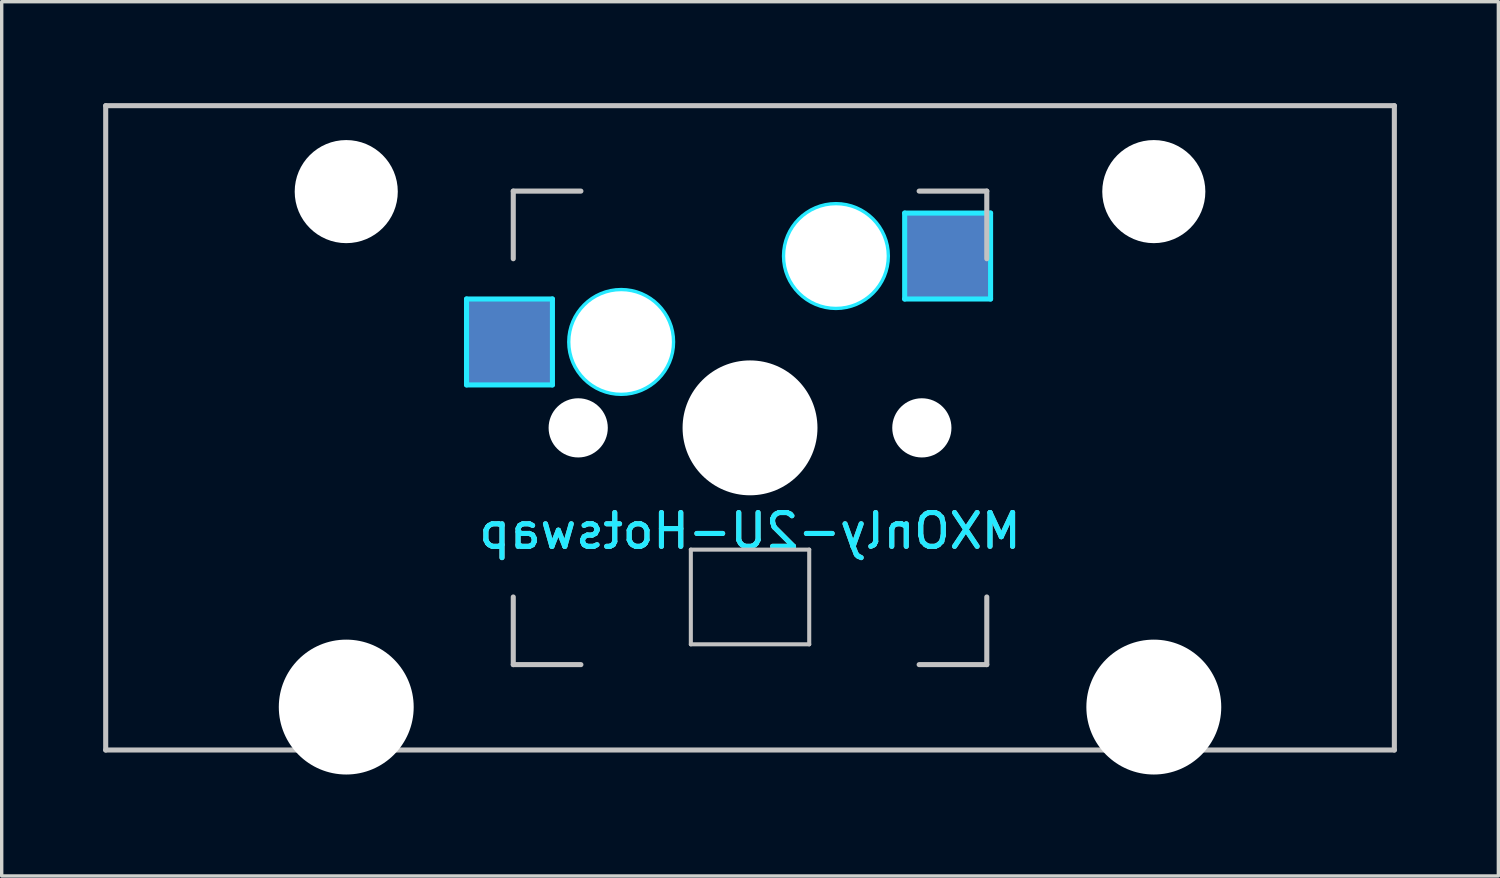
<source format=kicad_pcb>
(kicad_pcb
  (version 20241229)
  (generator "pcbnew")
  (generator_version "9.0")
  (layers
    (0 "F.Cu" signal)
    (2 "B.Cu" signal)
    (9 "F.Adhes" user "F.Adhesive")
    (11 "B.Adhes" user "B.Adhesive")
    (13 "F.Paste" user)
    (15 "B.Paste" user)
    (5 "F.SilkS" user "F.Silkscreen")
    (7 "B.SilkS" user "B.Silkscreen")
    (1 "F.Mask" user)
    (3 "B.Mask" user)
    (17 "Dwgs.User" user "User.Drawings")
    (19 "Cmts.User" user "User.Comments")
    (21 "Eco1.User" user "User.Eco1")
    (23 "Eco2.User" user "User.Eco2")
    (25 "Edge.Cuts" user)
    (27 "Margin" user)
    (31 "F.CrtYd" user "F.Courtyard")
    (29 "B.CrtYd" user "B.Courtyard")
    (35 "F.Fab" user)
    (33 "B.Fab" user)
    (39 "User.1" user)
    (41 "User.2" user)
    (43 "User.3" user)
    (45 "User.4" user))
  (footprint "MXOnly-2U-Hotswap"
    (layer "F.Cu")
    (at 19.125 9.6)
    (property "Reference" "MXOnly-2U-Hotswap" (at 0 3.048 0) (layer "B.CrtYd") (effects (font (size 1 1) (thickness 0.15)) (justify mirror)))
    (attr smd)
    (fp_line (start -19.05 -9.525) (end 19.05 -9.525) (stroke (width 0.15) (type solid)) (layer "Dwgs.User"))
    (fp_line (start -19.05 9.525) (end -19.05 -9.525) (stroke (width 0.15) (type solid)) (layer "Dwgs.User"))
    (fp_line (start -7 -7) (end -7 -5) (stroke (width 0.15) (type solid)) (layer "Dwgs.User"))
    (fp_line (start -7 5) (end -7 7) (stroke (width 0.15) (type solid)) (layer "Dwgs.User"))
    (fp_line (start -7 7) (end -5 7) (stroke (width 0.15) (type solid)) (layer "Dwgs.User"))
    (fp_line (start -5 -7) (end -7 -7) (stroke (width 0.15) (type solid)) (layer "Dwgs.User"))
    (fp_line (start -1.75 3.6) (end -1.75 6.4) (stroke (width 0.12) (type solid)) (layer "Dwgs.User"))
    (fp_line (start -1.75 6.4) (end 1.75 6.4) (stroke (width 0.12) (type solid)) (layer "Dwgs.User"))
    (fp_line (start 1.75 3.6) (end -1.75 3.6) (stroke (width 0.12) (type solid)) (layer "Dwgs.User"))
    (fp_line (start 1.75 6.4) (end 1.75 3.6) (stroke (width 0.12) (type solid)) (layer "Dwgs.User"))
    (fp_line (start 5 -7) (end 7 -7) (stroke (width 0.15) (type solid)) (layer "Dwgs.User"))
    (fp_line (start 5 7) (end 7 7) (stroke (width 0.15) (type solid)) (layer "Dwgs.User"))
    (fp_line (start 7 -7) (end 7 -5) (stroke (width 0.15) (type solid)) (layer "Dwgs.User"))
    (fp_line (start 7 7) (end 7 5) (stroke (width 0.15) (type solid)) (layer "Dwgs.User"))
    (fp_line (start 19.05 -9.525) (end 19.05 9.525) (stroke (width 0.15) (type solid)) (layer "Dwgs.User"))
    (fp_line (start 19.05 9.525) (end -19.05 9.525) (stroke (width 0.15) (type solid)) (layer "Dwgs.User"))
    (fp_line (start -8.382 -3.81) (end -5.842 -3.81) (stroke (width 0.15) (type solid)) (layer "B.CrtYd"))
    (fp_line (start -8.382 -1.27) (end -8.382 -3.81) (stroke (width 0.15) (type solid)) (layer "B.CrtYd"))
    (fp_line (start -5.842 -3.81) (end -5.842 -1.27) (stroke (width 0.15) (type solid)) (layer "B.CrtYd"))
    (fp_line (start -5.842 -1.27) (end -8.382 -1.27) (stroke (width 0.15) (type solid)) (layer "B.CrtYd"))
    (fp_line (start 4.572 -6.35) (end 7.112 -6.35) (stroke (width 0.15) (type solid)) (layer "B.CrtYd"))
    (fp_line (start 4.572 -3.81) (end 4.572 -6.35) (stroke (width 0.15) (type solid)) (layer "B.CrtYd"))
    (fp_line (start 7.112 -6.35) (end 7.112 -3.81) (stroke (width 0.15) (type solid)) (layer "B.CrtYd"))
    (fp_line (start 7.112 -3.81) (end 4.572 -3.81) (stroke (width 0.15) (type solid)) (layer "B.CrtYd"))
    (fp_circle (center -3.81 -2.54) (end -3.81 -4.064) (stroke (width 0.15) (type solid)) (fill no) (layer "B.CrtYd"))
    (fp_circle (center 2.54 -5.08) (end 2.54 -6.604) (stroke (width 0.15) (type solid)) (fill no) (layer "B.CrtYd"))
    (fp_text user "${REFERENCE}" (at 0 3.048 0) (layer "B.SilkS") (effects (font (size 1 1) (thickness 0.15)) (justify mirror)))
    (pad "" np_thru_hole circle (at -11.938 -6.985) (size 3.048 3.048) (drill 3.048) (layers "*.Cu" "*.Mask"))
    (pad "" np_thru_hole circle (at -11.938 8.255) (size 3.988 3.988) (drill 3.988) (layers "*.Cu" "*.Mask"))
    (pad "" np_thru_hole circle (at -5.08 0 48.1) (size 1.75 1.75) (drill 1.75) (layers "*.Cu" "*.Mask"))
    (pad "" np_thru_hole circle (at -3.81 -2.54) (size 3 3) (drill 3) (layers "*.Cu" "*.Mask"))
    (pad "" np_thru_hole circle (at 0 0) (size 3.988 3.988) (drill 3.988) (layers "*.Cu" "*.Mask"))
    (pad "" np_thru_hole circle (at 2.54 -5.08) (size 3 3) (drill 3) (layers "*.Cu" "*.Mask"))
    (pad "" np_thru_hole circle (at 5.08 0 48.1) (size 1.75 1.75) (drill 1.75) (layers "*.Cu" "*.Mask"))
    (pad "" np_thru_hole circle (at 11.938 -6.985) (size 3.048 3.048) (drill 3.048) (layers "*.Cu" "*.Mask"))
    (pad "" np_thru_hole circle (at 11.938 8.255) (size 3.988 3.988) (drill 3.988) (layers "*.Cu" "*.Mask"))
    (pad "1" smd rect (at -7.085 -2.54) (size 2.55 2.5) (layers "B.Cu" "B.Mask" "B.Paste"))
    (pad "2" smd rect (at 5.842 -5.08) (size 2.55 2.5) (layers "B.Cu" "B.Mask" "B.Paste")))
  (gr_rect
    (start -3 -3)
    (end 41.25 22.849)
    (stroke (width 0.1) (type default))
    (fill no)
    (layer "Edge.Cuts")))
</source>
